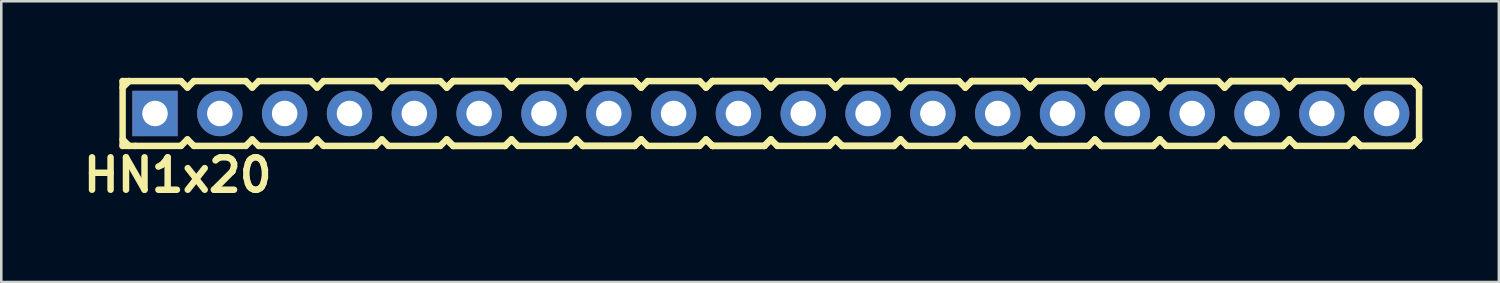
<source format=kicad_pcb>
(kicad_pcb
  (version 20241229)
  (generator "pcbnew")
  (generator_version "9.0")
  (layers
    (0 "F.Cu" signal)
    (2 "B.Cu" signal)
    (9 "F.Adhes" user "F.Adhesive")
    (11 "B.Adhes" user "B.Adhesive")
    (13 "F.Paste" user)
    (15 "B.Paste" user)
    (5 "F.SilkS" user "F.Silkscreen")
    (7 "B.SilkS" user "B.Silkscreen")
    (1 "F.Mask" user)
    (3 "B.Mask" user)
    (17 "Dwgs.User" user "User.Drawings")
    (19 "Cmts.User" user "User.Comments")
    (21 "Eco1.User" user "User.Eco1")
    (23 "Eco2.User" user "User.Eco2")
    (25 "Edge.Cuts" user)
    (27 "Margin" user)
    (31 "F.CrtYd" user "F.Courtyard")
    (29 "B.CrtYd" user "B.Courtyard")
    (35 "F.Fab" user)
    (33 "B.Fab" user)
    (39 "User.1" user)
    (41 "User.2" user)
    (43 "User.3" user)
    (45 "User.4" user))
  (footprint "HN1x20"
    (layer "F.Cu")
    (at 27.154 1.397)
    (property "Reference" "HN1x20" (at -23.241 2.413 0) (layer "F.SilkS") (effects (font (size 1.27 1.27) (thickness 0.254))))
    (attr smd)
    (fp_line (start -25.4 -1.27) (end -25.4 1.27) (stroke (width 0.254) (type solid)) (layer "F.SilkS"))
    (fp_line (start -25.4 -1.27) (end -25.146 -1.27) (stroke (width 0.254) (type solid)) (layer "F.SilkS"))
    (fp_line (start -25.4 -1.016) (end -25.146 -1.27) (stroke (width 0.254) (type solid)) (layer "F.SilkS"))
    (fp_line (start -25.146 -1.27) (end -23.114 -1.27) (stroke (width 0.254) (type solid)) (layer "F.SilkS"))
    (fp_line (start -25.146 1.27) (end -25.4 1.016) (stroke (width 0.254) (type solid)) (layer "F.SilkS"))
    (fp_line (start -24.892 1.27) (end -25.4 1.27) (stroke (width 0.254) (type solid)) (layer "F.SilkS"))
    (fp_line (start -23.114 -1.27) (end -22.86 -1.016) (stroke (width 0.254) (type solid)) (layer "F.SilkS"))
    (fp_line (start -23.114 1.27) (end -24.892 1.27) (stroke (width 0.254) (type solid)) (layer "F.SilkS"))
    (fp_line (start -22.86 -1.016) (end -22.606 -1.27) (stroke (width 0.254) (type solid)) (layer "F.SilkS"))
    (fp_line (start -22.86 1.016) (end -23.114 1.27) (stroke (width 0.254) (type solid)) (layer "F.SilkS"))
    (fp_line (start -22.606 -1.27) (end -20.574 -1.27) (stroke (width 0.254) (type solid)) (layer "F.SilkS"))
    (fp_line (start -22.606 1.27) (end -22.86 1.016) (stroke (width 0.254) (type solid)) (layer "F.SilkS"))
    (fp_line (start -20.574 -1.27) (end -20.32 -1.016) (stroke (width 0.254) (type solid)) (layer "F.SilkS"))
    (fp_line (start -20.574 1.27) (end -22.606 1.27) (stroke (width 0.254) (type solid)) (layer "F.SilkS"))
    (fp_line (start -20.574 1.27) (end -20.32 1.016) (stroke (width 0.254) (type solid)) (layer "F.SilkS"))
    (fp_line (start -20.32 -1.016) (end -20.066 -1.27) (stroke (width 0.254) (type solid)) (layer "F.SilkS"))
    (fp_line (start -20.32 1.016) (end -20.066 1.27) (stroke (width 0.254) (type solid)) (layer "F.SilkS"))
    (fp_line (start -20.066 -1.27) (end -18.034 -1.27) (stroke (width 0.254) (type solid)) (layer "F.SilkS"))
    (fp_line (start -18.034 -1.27) (end -17.78 -1.016) (stroke (width 0.254) (type solid)) (layer "F.SilkS"))
    (fp_line (start -18.034 1.27) (end -20.066 1.27) (stroke (width 0.254) (type solid)) (layer "F.SilkS"))
    (fp_line (start -17.78 -1.016) (end -17.526 -1.27) (stroke (width 0.254) (type solid)) (layer "F.SilkS"))
    (fp_line (start -17.78 1.016) (end -18.034 1.27) (stroke (width 0.254) (type solid)) (layer "F.SilkS"))
    (fp_line (start -17.526 -1.27) (end -15.494 -1.27) (stroke (width 0.254) (type solid)) (layer "F.SilkS"))
    (fp_line (start -17.526 1.27) (end -17.78 1.016) (stroke (width 0.254) (type solid)) (layer "F.SilkS"))
    (fp_line (start -15.494 -1.27) (end -15.24 -1.016) (stroke (width 0.254) (type solid)) (layer "F.SilkS"))
    (fp_line (start -15.494 1.27) (end -17.526 1.27) (stroke (width 0.254) (type solid)) (layer "F.SilkS"))
    (fp_line (start -15.24 -1.016) (end -14.986 -1.27) (stroke (width 0.254) (type solid)) (layer "F.SilkS"))
    (fp_line (start -15.24 1.016) (end -15.494 1.27) (stroke (width 0.254) (type solid)) (layer "F.SilkS"))
    (fp_line (start -14.986 -1.27) (end -12.954 -1.27) (stroke (width 0.254) (type solid)) (layer "F.SilkS"))
    (fp_line (start -14.986 1.27) (end -15.24 1.016) (stroke (width 0.254) (type solid)) (layer "F.SilkS"))
    (fp_line (start -12.954 -1.27) (end -12.7 -1.016) (stroke (width 0.254) (type solid)) (layer "F.SilkS"))
    (fp_line (start -12.954 1.27) (end -14.986 1.27) (stroke (width 0.254) (type solid)) (layer "F.SilkS"))
    (fp_line (start -12.7 -1.016) (end -12.446 -1.27) (stroke (width 0.254) (type solid)) (layer "F.SilkS"))
    (fp_line (start -12.7 -1.016) (end -12.446 -1.27) (stroke (width 0.254) (type solid)) (layer "F.SilkS"))
    (fp_line (start -12.7 1.016) (end -12.954 1.27) (stroke (width 0.254) (type solid)) (layer "F.SilkS"))
    (fp_line (start -12.446 -1.27) (end -10.414 -1.27) (stroke (width 0.254) (type solid)) (layer "F.SilkS"))
    (fp_line (start -12.446 -1.27) (end -10.414 -1.27) (stroke (width 0.254) (type solid)) (layer "F.SilkS"))
    (fp_line (start -12.446 1.27) (end -12.7 1.016) (stroke (width 0.254) (type solid)) (layer "F.SilkS"))
    (fp_line (start -12.446 1.27) (end -12.7 1.016) (stroke (width 0.254) (type solid)) (layer "F.SilkS"))
    (fp_line (start -10.414 -1.27) (end -10.16 -1.016) (stroke (width 0.254) (type solid)) (layer "F.SilkS"))
    (fp_line (start -10.414 -1.27) (end -10.16 -1.016) (stroke (width 0.254) (type solid)) (layer "F.SilkS"))
    (fp_line (start -10.414 1.27) (end -12.446 1.27) (stroke (width 0.254) (type solid)) (layer "F.SilkS"))
    (fp_line (start -10.414 1.27) (end -12.446 1.27) (stroke (width 0.254) (type solid)) (layer "F.SilkS"))
    (fp_line (start -10.16 -1.016) (end -9.906 -1.27) (stroke (width 0.254) (type solid)) (layer "F.SilkS"))
    (fp_line (start -10.16 1.016) (end -10.414 1.27) (stroke (width 0.254) (type solid)) (layer "F.SilkS"))
    (fp_line (start -10.16 1.016) (end -10.414 1.27) (stroke (width 0.254) (type solid)) (layer "F.SilkS"))
    (fp_line (start -9.906 -1.27) (end -7.874 -1.27) (stroke (width 0.254) (type solid)) (layer "F.SilkS"))
    (fp_line (start -9.906 1.27) (end -10.16 1.016) (stroke (width 0.254) (type solid)) (layer "F.SilkS"))
    (fp_line (start -7.874 -1.27) (end -7.62 -1.016) (stroke (width 0.254) (type solid)) (layer "F.SilkS"))
    (fp_line (start -7.874 1.27) (end -9.906 1.27) (stroke (width 0.254) (type solid)) (layer "F.SilkS"))
    (fp_line (start -7.62 -1.016) (end -7.366 -1.27) (stroke (width 0.254) (type solid)) (layer "F.SilkS"))
    (fp_line (start -7.62 -1.016) (end -7.366 -1.27) (stroke (width 0.254) (type solid)) (layer "F.SilkS"))
    (fp_line (start -7.62 1.016) (end -7.874 1.27) (stroke (width 0.254) (type solid)) (layer "F.SilkS"))
    (fp_line (start -7.366 -1.27) (end -5.334 -1.27) (stroke (width 0.254) (type solid)) (layer "F.SilkS"))
    (fp_line (start -7.366 -1.27) (end -5.334 -1.27) (stroke (width 0.254) (type solid)) (layer "F.SilkS"))
    (fp_line (start -7.366 1.27) (end -7.62 1.016) (stroke (width 0.254) (type solid)) (layer "F.SilkS"))
    (fp_line (start -7.366 1.27) (end -7.62 1.016) (stroke (width 0.254) (type solid)) (layer "F.SilkS"))
    (fp_line (start -5.334 -1.27) (end -5.08 -1.016) (stroke (width 0.254) (type solid)) (layer "F.SilkS"))
    (fp_line (start -5.334 -1.27) (end -5.08 -1.016) (stroke (width 0.254) (type solid)) (layer "F.SilkS"))
    (fp_line (start -5.334 1.27) (end -7.366 1.27) (stroke (width 0.254) (type solid)) (layer "F.SilkS"))
    (fp_line (start -5.334 1.27) (end -7.366 1.27) (stroke (width 0.254) (type solid)) (layer "F.SilkS"))
    (fp_line (start -5.08 -1.016) (end -4.826 -1.27) (stroke (width 0.254) (type solid)) (layer "F.SilkS"))
    (fp_line (start -5.08 1.016) (end -5.334 1.27) (stroke (width 0.254) (type solid)) (layer "F.SilkS"))
    (fp_line (start -5.08 1.016) (end -5.334 1.27) (stroke (width 0.254) (type solid)) (layer "F.SilkS"))
    (fp_line (start -4.826 -1.27) (end -2.794 -1.27) (stroke (width 0.254) (type solid)) (layer "F.SilkS"))
    (fp_line (start -4.826 1.27) (end -5.08 1.016) (stroke (width 0.254) (type solid)) (layer "F.SilkS"))
    (fp_line (start -2.794 -1.27) (end -2.54 -1.016) (stroke (width 0.254) (type solid)) (layer "F.SilkS"))
    (fp_line (start -2.794 1.27) (end -4.826 1.27) (stroke (width 0.254) (type solid)) (layer "F.SilkS"))
    (fp_line (start -2.54 -1.016) (end -2.286 -1.27) (stroke (width 0.254) (type solid)) (layer "F.SilkS"))
    (fp_line (start -2.54 -1.016) (end -2.286 -1.27) (stroke (width 0.254) (type solid)) (layer "F.SilkS"))
    (fp_line (start -2.54 1.016) (end -2.794 1.27) (stroke (width 0.254) (type solid)) (layer "F.SilkS"))
    (fp_line (start -2.286 -1.27) (end -0.254 -1.27) (stroke (width 0.254) (type solid)) (layer "F.SilkS"))
    (fp_line (start -2.286 -1.27) (end -0.254 -1.27) (stroke (width 0.254) (type solid)) (layer "F.SilkS"))
    (fp_line (start -2.286 1.27) (end -2.54 1.016) (stroke (width 0.254) (type solid)) (layer "F.SilkS"))
    (fp_line (start -2.286 1.27) (end -2.54 1.016) (stroke (width 0.254) (type solid)) (layer "F.SilkS"))
    (fp_line (start -0.254 -1.27) (end 0 -1.016) (stroke (width 0.254) (type solid)) (layer "F.SilkS"))
    (fp_line (start -0.254 -1.27) (end 0 -1.016) (stroke (width 0.254) (type solid)) (layer "F.SilkS"))
    (fp_line (start -0.254 1.27) (end -2.286 1.27) (stroke (width 0.254) (type solid)) (layer "F.SilkS"))
    (fp_line (start -0.254 1.27) (end -2.286 1.27) (stroke (width 0.254) (type solid)) (layer "F.SilkS"))
    (fp_line (start 0 -1.016) (end 0.254 -1.27) (stroke (width 0.254) (type solid)) (layer "F.SilkS"))
    (fp_line (start 0 1.016) (end -0.254 1.27) (stroke (width 0.254) (type solid)) (layer "F.SilkS"))
    (fp_line (start 0 1.016) (end -0.254 1.27) (stroke (width 0.254) (type solid)) (layer "F.SilkS"))
    (fp_line (start 0.254 -1.27) (end 2.286 -1.27) (stroke (width 0.254) (type solid)) (layer "F.SilkS"))
    (fp_line (start 0.254 1.27) (end 0 1.016) (stroke (width 0.254) (type solid)) (layer "F.SilkS"))
    (fp_line (start 2.286 -1.27) (end 2.54 -1.016) (stroke (width 0.254) (type solid)) (layer "F.SilkS"))
    (fp_line (start 2.286 1.27) (end 0.254 1.27) (stroke (width 0.254) (type solid)) (layer "F.SilkS"))
    (fp_line (start 2.54 -1.016) (end 2.794 -1.27) (stroke (width 0.254) (type solid)) (layer "F.SilkS"))
    (fp_line (start 2.54 -1.016) (end 2.794 -1.27) (stroke (width 0.254) (type solid)) (layer "F.SilkS"))
    (fp_line (start 2.54 1.016) (end 2.286 1.27) (stroke (width 0.254) (type solid)) (layer "F.SilkS"))
    (fp_line (start 2.794 -1.27) (end 4.826 -1.27) (stroke (width 0.254) (type solid)) (layer "F.SilkS"))
    (fp_line (start 2.794 -1.27) (end 4.826 -1.27) (stroke (width 0.254) (type solid)) (layer "F.SilkS"))
    (fp_line (start 2.794 1.27) (end 2.54 1.016) (stroke (width 0.254) (type solid)) (layer "F.SilkS"))
    (fp_line (start 2.794 1.27) (end 2.54 1.016) (stroke (width 0.254) (type solid)) (layer "F.SilkS"))
    (fp_line (start 4.826 -1.27) (end 5.08 -1.016) (stroke (width 0.254) (type solid)) (layer "F.SilkS"))
    (fp_line (start 4.826 -1.27) (end 5.08 -1.016) (stroke (width 0.254) (type solid)) (layer "F.SilkS"))
    (fp_line (start 4.826 1.27) (end 2.794 1.27) (stroke (width 0.254) (type solid)) (layer "F.SilkS"))
    (fp_line (start 4.826 1.27) (end 2.794 1.27) (stroke (width 0.254) (type solid)) (layer "F.SilkS"))
    (fp_line (start 5.08 -1.016) (end 5.334 -1.27) (stroke (width 0.254) (type solid)) (layer "F.SilkS"))
    (fp_line (start 5.08 1.016) (end 4.826 1.27) (stroke (width 0.254) (type solid)) (layer "F.SilkS"))
    (fp_line (start 5.08 1.016) (end 4.826 1.27) (stroke (width 0.254) (type solid)) (layer "F.SilkS"))
    (fp_line (start 5.334 -1.27) (end 7.366 -1.27) (stroke (width 0.254) (type solid)) (layer "F.SilkS"))
    (fp_line (start 5.334 1.27) (end 5.08 1.016) (stroke (width 0.254) (type solid)) (layer "F.SilkS"))
    (fp_line (start 7.366 -1.27) (end 7.62 -1.016) (stroke (width 0.254) (type solid)) (layer "F.SilkS"))
    (fp_line (start 7.366 1.27) (end 5.334 1.27) (stroke (width 0.254) (type solid)) (layer "F.SilkS"))
    (fp_line (start 7.62 -1.016) (end 7.874 -1.27) (stroke (width 0.254) (type solid)) (layer "F.SilkS"))
    (fp_line (start 7.62 -1.016) (end 7.874 -1.27) (stroke (width 0.254) (type solid)) (layer "F.SilkS"))
    (fp_line (start 7.62 1.016) (end 7.366 1.27) (stroke (width 0.254) (type solid)) (layer "F.SilkS"))
    (fp_line (start 7.874 -1.27) (end 9.906 -1.27) (stroke (width 0.254) (type solid)) (layer "F.SilkS"))
    (fp_line (start 7.874 -1.27) (end 9.906 -1.27) (stroke (width 0.254) (type solid)) (layer "F.SilkS"))
    (fp_line (start 7.874 1.27) (end 7.62 1.016) (stroke (width 0.254) (type solid)) (layer "F.SilkS"))
    (fp_line (start 7.874 1.27) (end 7.62 1.016) (stroke (width 0.254) (type solid)) (layer "F.SilkS"))
    (fp_line (start 9.906 -1.27) (end 10.16 -1.016) (stroke (width 0.254) (type solid)) (layer "F.SilkS"))
    (fp_line (start 9.906 -1.27) (end 10.16 -1.016) (stroke (width 0.254) (type solid)) (layer "F.SilkS"))
    (fp_line (start 9.906 1.27) (end 7.874 1.27) (stroke (width 0.254) (type solid)) (layer "F.SilkS"))
    (fp_line (start 9.906 1.27) (end 7.874 1.27) (stroke (width 0.254) (type solid)) (layer "F.SilkS"))
    (fp_line (start 10.16 -1.016) (end 10.414 -1.27) (stroke (width 0.254) (type solid)) (layer "F.SilkS"))
    (fp_line (start 10.16 1.016) (end 9.906 1.27) (stroke (width 0.254) (type solid)) (layer "F.SilkS"))
    (fp_line (start 10.16 1.016) (end 9.906 1.27) (stroke (width 0.254) (type solid)) (layer "F.SilkS"))
    (fp_line (start 10.414 -1.27) (end 12.446 -1.27) (stroke (width 0.254) (type solid)) (layer "F.SilkS"))
    (fp_line (start 10.414 1.27) (end 10.16 1.016) (stroke (width 0.254) (type solid)) (layer "F.SilkS"))
    (fp_line (start 12.446 -1.27) (end 12.7 -1.016) (stroke (width 0.254) (type solid)) (layer "F.SilkS"))
    (fp_line (start 12.446 1.27) (end 10.414 1.27) (stroke (width 0.254) (type solid)) (layer "F.SilkS"))
    (fp_line (start 12.7 -1.016) (end 12.954 -1.27) (stroke (width 0.254) (type solid)) (layer "F.SilkS"))
    (fp_line (start 12.7 -1.016) (end 12.954 -1.27) (stroke (width 0.254) (type solid)) (layer "F.SilkS"))
    (fp_line (start 12.7 1.016) (end 12.446 1.27) (stroke (width 0.254) (type solid)) (layer "F.SilkS"))
    (fp_line (start 12.954 -1.27) (end 14.986 -1.27) (stroke (width 0.254) (type solid)) (layer "F.SilkS"))
    (fp_line (start 12.954 -1.27) (end 14.986 -1.27) (stroke (width 0.254) (type solid)) (layer "F.SilkS"))
    (fp_line (start 12.954 1.27) (end 12.7 1.016) (stroke (width 0.254) (type solid)) (layer "F.SilkS"))
    (fp_line (start 12.954 1.27) (end 12.7 1.016) (stroke (width 0.254) (type solid)) (layer "F.SilkS"))
    (fp_line (start 14.986 -1.27) (end 15.24 -1.016) (stroke (width 0.254) (type solid)) (layer "F.SilkS"))
    (fp_line (start 14.986 -1.27) (end 15.24 -1.016) (stroke (width 0.254) (type solid)) (layer "F.SilkS"))
    (fp_line (start 14.986 1.27) (end 12.954 1.27) (stroke (width 0.254) (type solid)) (layer "F.SilkS"))
    (fp_line (start 14.986 1.27) (end 12.954 1.27) (stroke (width 0.254) (type solid)) (layer "F.SilkS"))
    (fp_line (start 15.24 -1.016) (end 15.494 -1.27) (stroke (width 0.254) (type solid)) (layer "F.SilkS"))
    (fp_line (start 15.24 1.016) (end 14.986 1.27) (stroke (width 0.254) (type solid)) (layer "F.SilkS"))
    (fp_line (start 15.24 1.016) (end 14.986 1.27) (stroke (width 0.254) (type solid)) (layer "F.SilkS"))
    (fp_line (start 15.494 -1.27) (end 17.526 -1.27) (stroke (width 0.254) (type solid)) (layer "F.SilkS"))
    (fp_line (start 15.494 1.27) (end 15.24 1.016) (stroke (width 0.254) (type solid)) (layer "F.SilkS"))
    (fp_line (start 17.526 -1.27) (end 17.78 -1.016) (stroke (width 0.254) (type solid)) (layer "F.SilkS"))
    (fp_line (start 17.526 1.27) (end 15.494 1.27) (stroke (width 0.254) (type solid)) (layer "F.SilkS"))
    (fp_line (start 17.78 -1.016) (end 18.034 -1.27) (stroke (width 0.254) (type solid)) (layer "F.SilkS"))
    (fp_line (start 17.78 -1.016) (end 18.034 -1.27) (stroke (width 0.254) (type solid)) (layer "F.SilkS"))
    (fp_line (start 17.78 1.016) (end 17.526 1.27) (stroke (width 0.254) (type solid)) (layer "F.SilkS"))
    (fp_line (start 18.034 -1.27) (end 20.066 -1.27) (stroke (width 0.254) (type solid)) (layer "F.SilkS"))
    (fp_line (start 18.034 -1.27) (end 20.066 -1.27) (stroke (width 0.254) (type solid)) (layer "F.SilkS"))
    (fp_line (start 18.034 1.27) (end 17.78 1.016) (stroke (width 0.254) (type solid)) (layer "F.SilkS"))
    (fp_line (start 18.034 1.27) (end 17.78 1.016) (stroke (width 0.254) (type solid)) (layer "F.SilkS"))
    (fp_line (start 20.066 -1.27) (end 20.32 -1.016) (stroke (width 0.254) (type solid)) (layer "F.SilkS"))
    (fp_line (start 20.066 -1.27) (end 20.32 -1.016) (stroke (width 0.254) (type solid)) (layer "F.SilkS"))
    (fp_line (start 20.066 1.27) (end 18.034 1.27) (stroke (width 0.254) (type solid)) (layer "F.SilkS"))
    (fp_line (start 20.066 1.27) (end 18.034 1.27) (stroke (width 0.254) (type solid)) (layer "F.SilkS"))
    (fp_line (start 20.32 -1.016) (end 20.574 -1.27) (stroke (width 0.254) (type solid)) (layer "F.SilkS"))
    (fp_line (start 20.32 1.016) (end 20.066 1.27) (stroke (width 0.254) (type solid)) (layer "F.SilkS"))
    (fp_line (start 20.32 1.016) (end 20.066 1.27) (stroke (width 0.254) (type solid)) (layer "F.SilkS"))
    (fp_line (start 20.574 -1.27) (end 22.606 -1.27) (stroke (width 0.254) (type solid)) (layer "F.SilkS"))
    (fp_line (start 20.574 1.27) (end 20.32 1.016) (stroke (width 0.254) (type solid)) (layer "F.SilkS"))
    (fp_line (start 22.606 -1.27) (end 22.86 -1.016) (stroke (width 0.254) (type solid)) (layer "F.SilkS"))
    (fp_line (start 22.606 1.27) (end 20.574 1.27) (stroke (width 0.254) (type solid)) (layer "F.SilkS"))
    (fp_line (start 22.86 -1.016) (end 23.114 -1.27) (stroke (width 0.254) (type solid)) (layer "F.SilkS"))
    (fp_line (start 22.86 -1.016) (end 23.114 -1.27) (stroke (width 0.254) (type solid)) (layer "F.SilkS"))
    (fp_line (start 22.86 1.016) (end 22.606 1.27) (stroke (width 0.254) (type solid)) (layer "F.SilkS"))
    (fp_line (start 23.114 -1.27) (end 25.146 -1.27) (stroke (width 0.254) (type solid)) (layer "F.SilkS"))
    (fp_line (start 23.114 -1.27) (end 25.146 -1.27) (stroke (width 0.254) (type solid)) (layer "F.SilkS"))
    (fp_line (start 23.114 1.27) (end 22.86 1.016) (stroke (width 0.254) (type solid)) (layer "F.SilkS"))
    (fp_line (start 23.114 1.27) (end 22.86 1.016) (stroke (width 0.254) (type solid)) (layer "F.SilkS"))
    (fp_line (start 25.146 -1.27) (end 25.4 -1.016) (stroke (width 0.254) (type solid)) (layer "F.SilkS"))
    (fp_line (start 25.146 -1.27) (end 25.4 -1.016) (stroke (width 0.254) (type solid)) (layer "F.SilkS"))
    (fp_line (start 25.146 1.27) (end 23.114 1.27) (stroke (width 0.254) (type solid)) (layer "F.SilkS"))
    (fp_line (start 25.146 1.27) (end 23.114 1.27) (stroke (width 0.254) (type solid)) (layer "F.SilkS"))
    (fp_line (start 25.4 -1.016) (end 25.4 1.016) (stroke (width 0.254) (type solid)) (layer "F.SilkS"))
    (fp_line (start 25.4 1.016) (end 25.146 1.27) (stroke (width 0.254) (type solid)) (layer "F.SilkS"))
    (fp_line (start 25.4 1.016) (end 25.146 1.27) (stroke (width 0.254) (type solid)) (layer "F.SilkS"))
    (pad "1" thru_hole rect (at -24.13 0) (size 1.778 1.778) (drill 1) (layers "*.Cu" "*.Mask"))
    (pad "2" thru_hole circle (at -21.59 0) (size 1.778 1.778) (drill 1) (layers "*.Cu" "*.Mask"))
    (pad "3" thru_hole circle (at -19.05 0) (size 1.778 1.778) (drill 1) (layers "*.Cu" "*.Mask"))
    (pad "4" thru_hole circle (at -16.51 0) (size 1.778 1.778) (drill 1) (layers "*.Cu" "*.Mask"))
    (pad "5" thru_hole circle (at -13.97 0) (size 1.778 1.778) (drill 1) (layers "*.Cu" "*.Mask"))
    (pad "6" thru_hole circle (at -11.43 0) (size 1.778 1.778) (drill 1) (layers "*.Cu" "*.Mask"))
    (pad "7" thru_hole circle (at -8.89 0) (size 1.778 1.778) (drill 1) (layers "*.Cu" "*.Mask"))
    (pad "8" thru_hole circle (at -6.35 0) (size 1.778 1.778) (drill 1) (layers "*.Cu" "*.Mask"))
    (pad "9" thru_hole circle (at -3.81 0) (size 1.778 1.778) (drill 1) (layers "*.Cu" "*.Mask"))
    (pad "10" thru_hole circle (at -1.27 0) (size 1.778 1.778) (drill 1) (layers "*.Cu" "*.Mask"))
    (pad "11" thru_hole circle (at 1.27 0) (size 1.778 1.778) (drill 1) (layers "*.Cu" "*.Mask"))
    (pad "12" thru_hole circle (at 3.81 0) (size 1.778 1.778) (drill 1) (layers "*.Cu" "*.Mask"))
    (pad "13" thru_hole circle (at 6.35 0) (size 1.778 1.778) (drill 1) (layers "*.Cu" "*.Mask"))
    (pad "14" thru_hole circle (at 8.89 0) (size 1.778 1.778) (drill 1) (layers "*.Cu" "*.Mask"))
    (pad "15" thru_hole circle (at 11.43 0) (size 1.778 1.778) (drill 1) (layers "*.Cu" "*.Mask"))
    (pad "16" thru_hole circle (at 13.97 0) (size 1.778 1.778) (drill 1) (layers "*.Cu" "*.Mask"))
    (pad "17" thru_hole circle (at 16.51 0) (size 1.778 1.778) (drill 1) (layers "*.Cu" "*.Mask"))
    (pad "18" thru_hole circle (at 19.05 0) (size 1.778 1.778) (drill 1) (layers "*.Cu" "*.Mask"))
    (pad "19" thru_hole circle (at 21.59 0) (size 1.778 1.778) (drill 1) (layers "*.Cu" "*.Mask"))
    (pad "20" thru_hole circle (at 24.13 0) (size 1.778 1.778) (drill 1) (layers "*.Cu" "*.Mask")))
  (gr_rect
    (start -3 -3)
    (end 55.681 7.999)
    (stroke (width 0.1) (type default))
    (fill no)
    (layer "Edge.Cuts")))
</source>
